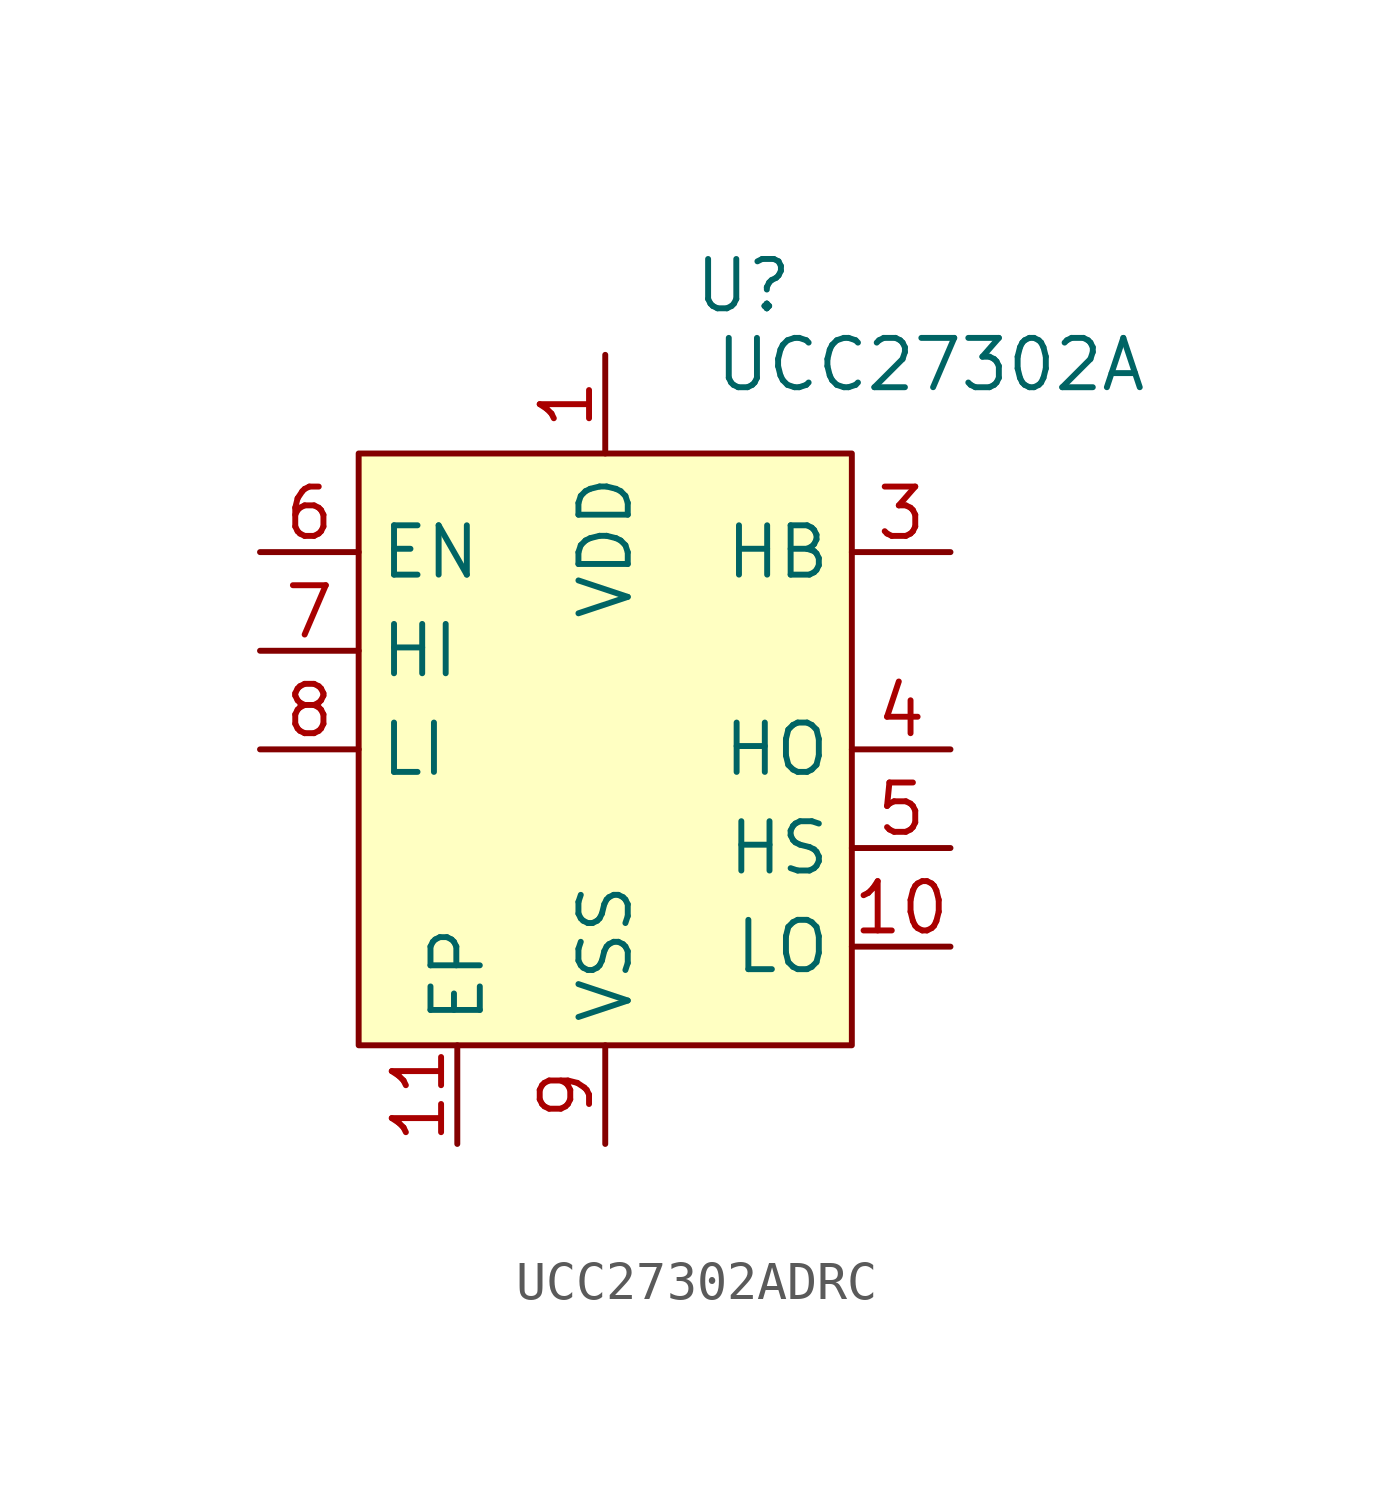
<source format=kicad_sym>
(kicad_symbol_lib
  (version 20241209)
  (generator "kicad_symbol_editor")
  (generator_version "9.0")
  (symbol "UCC27302ADRC"
    (property "Reference" "U"
      (at 9.906 4.318 0)
      (effects (font (size 1.27 1.27))))
    (property "Value" "UCC27302A"
      (at 14.732 2.286 0)
      (effects (font (size 1.27 1.27))))
    (symbol "UCC27302ADRC_1_1"
      (rectangle (start 0 0) (end 12.7 -15.24) (stroke (width 0) (type solid)) (fill (type background)))
      (pin input line (at -2.54 -2.54 0) (length 2.54) (name "EN" (effects (font (size 1.27 1.27)))) (number "6" (effects (font (size 1.27 1.27)))))
      (pin input line (at -2.54 -5.08 0) (length 2.54) (name "HI" (effects (font (size 1.27 1.27)))) (number "7" (effects (font (size 1.27 1.27)))))
      (pin input line (at -2.54 -7.62 0) (length 2.54) (name "LI" (effects (font (size 1.27 1.27)))) (number "8" (effects (font (size 1.27 1.27)))))
      (pin power_out line (at 2.54 -17.78 90) (length 2.54) (name "EP" (effects (font (size 1.27 1.27)))) (number "11" (effects (font (size 1.27 1.27)))))
      (pin power_in line (at 6.35 2.54 270) (length 2.54) (name "VDD" (effects (font (size 1.27 1.27)))) (number "1" (effects (font (size 1.27 1.27)))))
      (pin power_out line (at 6.35 -17.78 90) (length 2.54) (name "VSS" (effects (font (size 1.27 1.27)))) (number "9" (effects (font (size 1.27 1.27)))))
      (pin power_out line (at 15.24 -2.54 180) (length 2.54) (name "HB" (effects (font (size 1.27 1.27)))) (number "3" (effects (font (size 1.27 1.27)))))
      (pin output line (at 15.24 -7.62 180) (length 2.54) (name "HO" (effects (font (size 1.27 1.27)))) (number "4" (effects (font (size 1.27 1.27)))))
      (pin power_out line (at 15.24 -10.16 180) (length 2.54) (name "HS" (effects (font (size 1.27 1.27)))) (number "5" (effects (font (size 1.27 1.27)))))
      (pin output line (at 15.24 -12.7 180) (length 2.54) (name "LO" (effects (font (size 1.27 1.27)))) (number "10" (effects (font (size 1.27 1.27))))))))
</source>
